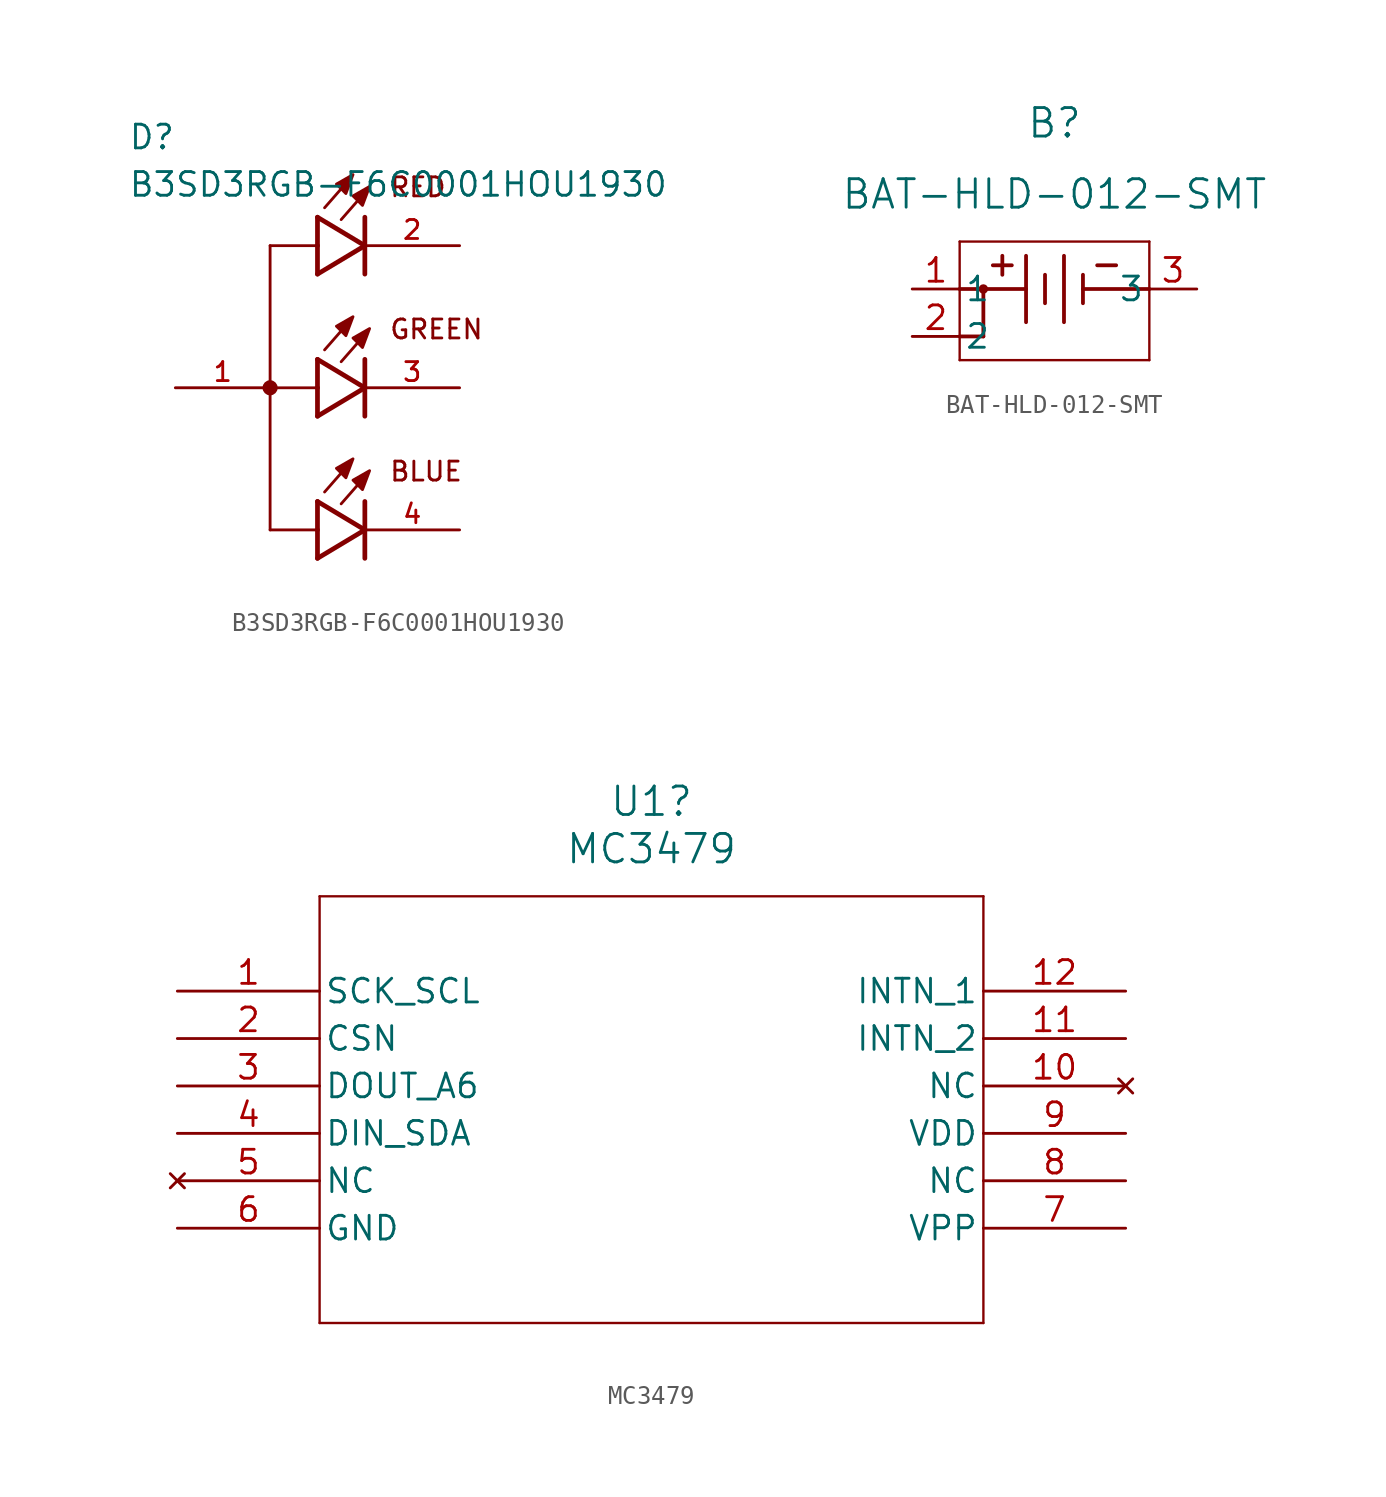
<source format=kicad_sym>
(kicad_symbol_lib
  (version 20231120)
  (generator "kicad_symbol_editor")
  (generator_version "8.0")
  (symbol "B3SD3RGB-F6C0001HOU1930"
    (pin_names
      (offset 1.016))
    (property "Reference" "D"
      (at -10.16 12.7 0)
      (effects (font (size 1.27 1.27)) (justify left bottom)))
    (property "Value" "B3SD3RGB-F6C0001HOU1930"
      (at -10.16 10.16 0)
      (effects (font (size 1.27 1.27)) (justify left bottom)))
    (symbol "B3SD3RGB-F6C0001HOU1930_0_0"
      (circle (center -2.54 0) (radius 0.203) (stroke (width 0.406) (type default)) (fill (type none)))
      (polyline (pts (xy -2.54 -7.62) (xy 0 -7.62)) (stroke (width 0.152) (type default)) (fill (type none)))
      (polyline (pts (xy -2.54 0) (xy -2.54 -7.62)) (stroke (width 0.152) (type default)) (fill (type none)))
      (polyline (pts (xy -2.54 7.62) (xy -2.54 0)) (stroke (width 0.152) (type default)) (fill (type none)))
      (polyline (pts (xy 0 -9.144) (xy 2.54 -7.62)) (stroke (width 0.254) (type default)) (fill (type none)))
      (polyline (pts (xy 0 -7.62) (xy 0 -9.144)) (stroke (width 0.254) (type default)) (fill (type none)))
      (polyline (pts (xy 0 -6.096) (xy 0 -7.62)) (stroke (width 0.254) (type default)) (fill (type none)))
      (polyline (pts (xy 0 -1.524) (xy 2.54 0)) (stroke (width 0.254) (type default)) (fill (type none)))
      (polyline (pts (xy 0 0) (xy -2.54 0)) (stroke (width 0.152) (type default)) (fill (type none)))
      (polyline (pts (xy 0 0) (xy 0 -1.524)) (stroke (width 0.254) (type default)) (fill (type none)))
      (polyline (pts (xy 0 1.524) (xy 0 0)) (stroke (width 0.254) (type default)) (fill (type none)))
      (polyline (pts (xy 0 6.096) (xy 2.54 7.62)) (stroke (width 0.254) (type default)) (fill (type none)))
      (polyline (pts (xy 0 7.62) (xy -2.54 7.62)) (stroke (width 0.152) (type default)) (fill (type none)))
      (polyline (pts (xy 0 7.62) (xy 0 6.096)) (stroke (width 0.254) (type default)) (fill (type none)))
      (polyline (pts (xy 0 9.144) (xy 0 7.62)) (stroke (width 0.254) (type default)) (fill (type none)))
      (polyline (pts (xy 1.27 -4.572) (xy 0.381 -5.588)) (stroke (width 0.152) (type default)) (fill (type none)))
      (polyline (pts (xy 1.27 3.048) (xy 0.381 2.032)) (stroke (width 0.152) (type default)) (fill (type none)))
      (polyline (pts (xy 1.27 10.668) (xy 0.381 9.652)) (stroke (width 0.152) (type default)) (fill (type none)))
      (polyline (pts (xy 2.159 -5.207) (xy 1.27 -6.223)) (stroke (width 0.152) (type default)) (fill (type none)))
      (polyline (pts (xy 2.159 2.413) (xy 1.27 1.397)) (stroke (width 0.152) (type default)) (fill (type none)))
      (polyline (pts (xy 2.159 10.033) (xy 1.27 9.017)) (stroke (width 0.152) (type default)) (fill (type none)))
      (polyline (pts (xy 2.54 -7.62) (xy 0 -6.096)) (stroke (width 0.254) (type default)) (fill (type none)))
      (polyline (pts (xy 2.54 -6.096) (xy 2.54 -9.144)) (stroke (width 0.254) (type default)) (fill (type none)))
      (polyline (pts (xy 2.54 0) (xy 0 1.524)) (stroke (width 0.254) (type default)) (fill (type none)))
      (polyline (pts (xy 2.54 1.524) (xy 2.54 -1.524)) (stroke (width 0.254) (type default)) (fill (type none)))
      (polyline (pts (xy 2.54 7.62) (xy 0 9.144)) (stroke (width 0.254) (type default)) (fill (type none)))
      (polyline (pts (xy 2.54 9.144) (xy 2.54 6.096)) (stroke (width 0.254) (type default)) (fill (type none)))
      (polyline (pts (xy 1.016 -4.318) (xy 1.524 -4.826) (xy 1.905 -3.81) (xy 1.016 -4.318)) (stroke (width 0.152) (type default)) (fill (type outline)))
      (polyline (pts (xy 1.016 3.302) (xy 1.524 2.794) (xy 1.905 3.81) (xy 1.016 3.302)) (stroke (width 0.152) (type default)) (fill (type outline)))
      (polyline (pts (xy 1.016 10.922) (xy 1.524 10.414) (xy 1.905 11.43) (xy 1.016 10.922)) (stroke (width 0.152) (type default)) (fill (type outline)))
      (polyline (pts (xy 1.905 -4.953) (xy 2.413 -5.461) (xy 2.794 -4.445) (xy 1.905 -4.953)) (stroke (width 0.152) (type default)) (fill (type outline)))
      (polyline (pts (xy 1.905 2.667) (xy 2.413 2.159) (xy 2.794 3.175) (xy 1.905 2.667)) (stroke (width 0.152) (type default)) (fill (type outline)))
      (polyline (pts (xy 1.905 10.287) (xy 2.413 9.779) (xy 2.794 10.795) (xy 1.905 10.287)) (stroke (width 0.152) (type default)) (fill (type outline)))
      (text "BLUE" (at 3.81 -5.08 0) (effects (font (size 1.016 1.016)) (justify left bottom)))
      (text "GREEN" (at 3.81 2.54 0) (effects (font (size 1.016 1.016)) (justify left bottom)))
      (text "RED" (at 3.81 10.16 0) (effects (font (size 1.016 1.016)) (justify left bottom)))
      (pin passive line (at -7.62 0 0) (length 5.08) (name "~" (effects (font (size 1.016 1.016)))) (number "1" (effects (font (size 1.016 1.016)))))
      (pin passive line (at 7.62 7.62 180) (length 5.08) (name "~" (effects (font (size 1.016 1.016)))) (number "2" (effects (font (size 1.016 1.016)))))
      (pin passive line (at 7.62 0 180) (length 5.08) (name "~" (effects (font (size 1.016 1.016)))) (number "3" (effects (font (size 1.016 1.016)))))
      (pin passive line (at 7.62 -7.62 180) (length 5.08) (name "~" (effects (font (size 1.016 1.016)))) (number "4" (effects (font (size 1.016 1.016)))))))
  (symbol "BAT-HLD-012-SMT"
    (pin_names
      (offset 0.254))
    (property "Reference" "B"
      (at 7.62 8.89 0)
      (effects (font (size 1.524 1.524))))
    (property "Value" "BAT-HLD-012-SMT"
      (at 7.62 5.08 0)
      (effects (font (size 1.524 1.524))))
    (property "ki_locked" ""
      (at 0 0 0)
      (effects (font (size 1.27 1.27))))
    (symbol "BAT-HLD-012-SMT_0_1"
      (polyline (pts (xy 2.54 -3.81) (xy 12.7 -3.81)) (stroke (width 0.127) (type default)) (fill (type none)))
      (polyline (pts (xy 2.54 -2.54) (xy 3.81 -2.54)) (stroke (width 0.203) (type default)) (fill (type none)))
      (polyline (pts (xy 2.54 0) (xy 6.096 0)) (stroke (width 0.203) (type default)) (fill (type none)))
      (polyline (pts (xy 2.54 2.54) (xy 2.54 -3.81)) (stroke (width 0.127) (type default)) (fill (type none)))
      (polyline (pts (xy 3.81 0) (xy 3.81 -2.54)) (stroke (width 0.203) (type default)) (fill (type none)))
      (polyline (pts (xy 4.318 1.27) (xy 5.334 1.27)) (stroke (width 0.203) (type default)) (fill (type none)))
      (polyline (pts (xy 4.826 1.778) (xy 4.826 0.762)) (stroke (width 0.203) (type default)) (fill (type none)))
      (polyline (pts (xy 6.096 -1.778) (xy 6.096 1.778)) (stroke (width 0.203) (type default)) (fill (type none)))
      (polyline (pts (xy 7.112 0.762) (xy 7.112 -0.762)) (stroke (width 0.203) (type default)) (fill (type none)))
      (polyline (pts (xy 8.128 -1.778) (xy 8.128 1.778)) (stroke (width 0.203) (type default)) (fill (type none)))
      (polyline (pts (xy 9.144 0) (xy 12.7 0)) (stroke (width 0.203) (type default)) (fill (type none)))
      (polyline (pts (xy 9.144 0.762) (xy 9.144 -0.762)) (stroke (width 0.203) (type default)) (fill (type none)))
      (polyline (pts (xy 9.906 1.27) (xy 10.922 1.27)) (stroke (width 0.203) (type default)) (fill (type none)))
      (polyline (pts (xy 12.7 -3.81) (xy 12.7 2.54)) (stroke (width 0.127) (type default)) (fill (type none)))
      (polyline (pts (xy 12.7 2.54) (xy 2.54 2.54)) (stroke (width 0.127) (type default)) (fill (type none)))
      (circle (center 3.81 0) (radius 0.127) (stroke (width 0.254) (type default)) (fill (type none))))
    (symbol "BAT-HLD-012-SMT_1_1"
      (pin passive line (at 0 0 0) (length 2.54) (name "1" (effects (font (size 1.27 1.27)))) (number "1" (effects (font (size 1.27 1.27)))))
      (pin passive line (at 0 -2.54 0) (length 2.54) (name "2" (effects (font (size 1.27 1.27)))) (number "2" (effects (font (size 1.27 1.27)))))
      (pin passive line (at 15.24 0 180) (length 2.54) (name "3" (effects (font (size 1.27 1.27)))) (number "3" (effects (font (size 1.27 1.27)))))))
  (symbol "MC3479"
    (pin_names
      (offset 0.254))
    (property "Reference" "U1"
      (at 25.4 10.16 0)
      (effects (font (size 1.524 1.524))))
    (property "Value" "MC3479"
      (at 25.4 7.62 0)
      (effects (font (size 1.524 1.524))))
    (property "ki_locked" ""
      (at 0 0 0)
      (effects (font (size 1.27 1.27))))
    (symbol "MC3479_0_1"
      (polyline (pts (xy 7.62 -17.78) (xy 43.18 -17.78)) (stroke (width 0.127) (type default)) (fill (type none)))
      (polyline (pts (xy 7.62 5.08) (xy 7.62 -17.78)) (stroke (width 0.127) (type default)) (fill (type none)))
      (polyline (pts (xy 43.18 -17.78) (xy 43.18 5.08)) (stroke (width 0.127) (type default)) (fill (type none)))
      (polyline (pts (xy 43.18 5.08) (xy 7.62 5.08)) (stroke (width 0.127) (type default)) (fill (type none)))
      (pin unspecified line (at 50.8 -2.54 180) (length 7.62) (name "INTN_2" (effects (font (size 1.27 1.27)))) (number "11" (effects (font (size 1.27 1.27)))))
      (pin unspecified line (at 50.8 0 180) (length 7.62) (name "INTN_1" (effects (font (size 1.27 1.27)))) (number "12" (effects (font (size 1.27 1.27)))))
      (pin unspecified line (at 50.8 -10.16 180) (length 7.62) (name "NC" (effects (font (size 1.27 1.27)))) (number "8" (effects (font (size 1.27 1.27))))))
    (symbol "MC3479_1_1"
      (pin open_collector line (at 0 0 0) (length 7.62) (name "SCK_SCL" (effects (font (size 1.27 1.27)))) (number "1" (effects (font (size 1.27 1.27)))))
      (pin no_connect line (at 50.8 -5.08 180) (length 7.62) (name "NC" (effects (font (size 1.27 1.27)))) (number "10" (effects (font (size 1.27 1.27)))))
      (pin power_in line (at 0 -2.54 0) (length 7.62) (name "CSN" (effects (font (size 1.27 1.27)))) (number "2" (effects (font (size 1.27 1.27)))))
      (pin power_in line (at 0 -5.08 0) (length 7.62) (name "DOUT_A6" (effects (font (size 1.27 1.27)))) (number "3" (effects (font (size 1.27 1.27)))))
      (pin open_collector line (at 0 -7.62 0) (length 7.62) (name "DIN_SDA" (effects (font (size 1.27 1.27)))) (number "4" (effects (font (size 1.27 1.27)))))
      (pin no_connect line (at 0 -10.16 0) (length 7.62) (name "NC" (effects (font (size 1.27 1.27)))) (number "5" (effects (font (size 1.27 1.27)))))
      (pin power_in line (at 0 -12.7 0) (length 7.62) (name "GND" (effects (font (size 1.27 1.27)))) (number "6" (effects (font (size 1.27 1.27)))))
      (pin power_in line (at 50.8 -12.7 180) (length 7.62) (name "VPP" (effects (font (size 1.27 1.27)))) (number "7" (effects (font (size 1.27 1.27)))))
      (pin power_in line (at 50.8 -7.62 180) (length 7.62) (name "VDD" (effects (font (size 1.27 1.27)))) (number "9" (effects (font (size 1.27 1.27))))))))
</source>
